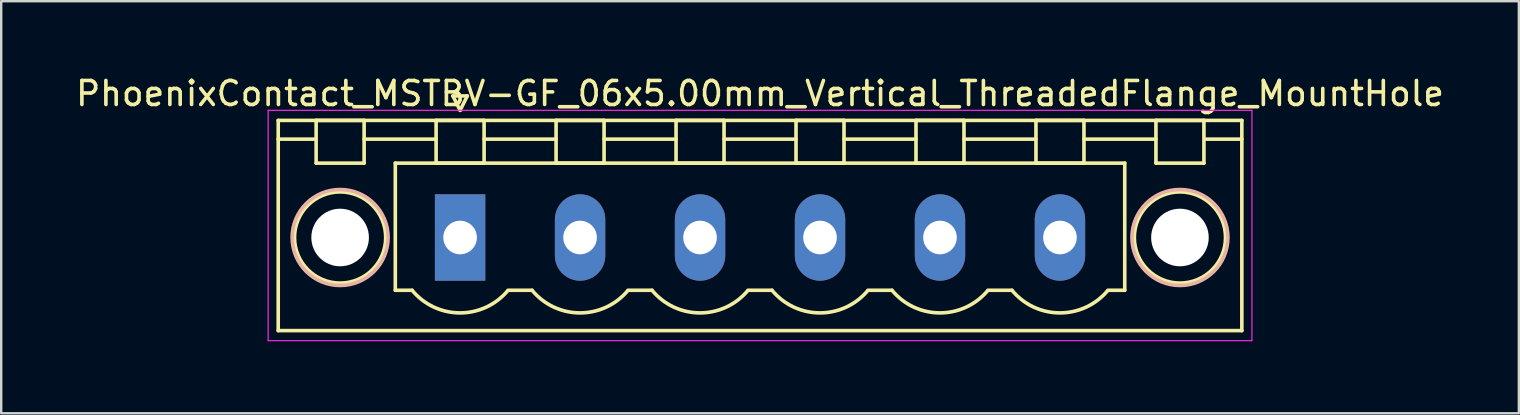
<source format=kicad_pcb>
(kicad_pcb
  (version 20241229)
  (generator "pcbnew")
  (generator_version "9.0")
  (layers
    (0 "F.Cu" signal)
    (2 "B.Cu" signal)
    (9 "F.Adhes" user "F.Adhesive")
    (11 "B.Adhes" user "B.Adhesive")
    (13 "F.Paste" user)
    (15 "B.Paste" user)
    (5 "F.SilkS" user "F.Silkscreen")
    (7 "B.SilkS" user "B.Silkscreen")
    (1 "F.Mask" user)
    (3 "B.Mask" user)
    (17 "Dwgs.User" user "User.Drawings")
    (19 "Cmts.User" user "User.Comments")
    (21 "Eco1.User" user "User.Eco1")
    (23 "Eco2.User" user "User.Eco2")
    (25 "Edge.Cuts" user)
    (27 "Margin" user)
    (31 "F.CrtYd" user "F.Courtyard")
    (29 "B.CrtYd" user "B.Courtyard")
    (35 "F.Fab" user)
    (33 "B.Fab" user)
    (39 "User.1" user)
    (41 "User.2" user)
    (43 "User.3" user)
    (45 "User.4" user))
  (footprint "PhoenixContact_MSTBV-GF_06x5.00mm_Vertical_ThreadedFlange_MountHole"
    (layer "F.Cu")
    (at 16.125 6.848)
    (property "Reference" "PhoenixContact_MSTBV-GF_06x5.00mm_Vertical_ThreadedFlange_MountHole" (at 12.5 -6 0) (layer "F.SilkS") (effects (font (size 1 1) (thickness 0.15))))
    (attr through_hole)
    (fp_line (start -7.58 -4.88) (end -7.58 3.88) (stroke (width 0.15) (type solid)) (layer "F.SilkS"))
    (fp_line (start -7.58 -4.1) (end -6.08 -4.1) (stroke (width 0.15) (type solid)) (layer "F.SilkS"))
    (fp_line (start -7.58 3.88) (end 32.58 3.88) (stroke (width 0.15) (type solid)) (layer "F.SilkS"))
    (fp_line (start -6 -4.88) (end -4 -4.88) (stroke (width 0.15) (type solid)) (layer "F.SilkS"))
    (fp_line (start -6 -3.1) (end -6 -4.88) (stroke (width 0.15) (type solid)) (layer "F.SilkS"))
    (fp_line (start -4 -4.88) (end -4 -3.1) (stroke (width 0.15) (type solid)) (layer "F.SilkS"))
    (fp_line (start -4 -4.1) (end -1 -4.1) (stroke (width 0.15) (type solid)) (layer "F.SilkS"))
    (fp_line (start -4 -3.1) (end -6 -3.1) (stroke (width 0.15) (type solid)) (layer "F.SilkS"))
    (fp_line (start -2.7 -3.1) (end 27.7 -3.1) (stroke (width 0.15) (type solid)) (layer "F.SilkS"))
    (fp_line (start -2.7 2.2) (end -2.7 -3.1) (stroke (width 0.15) (type solid)) (layer "F.SilkS"))
    (fp_line (start -2 2.2) (end -2.7 2.2) (stroke (width 0.15) (type solid)) (layer "F.SilkS"))
    (fp_line (start -1 -4.88) (end 1 -4.88) (stroke (width 0.15) (type solid)) (layer "F.SilkS"))
    (fp_line (start -1 -3.1) (end -1 -4.88) (stroke (width 0.15) (type solid)) (layer "F.SilkS"))
    (fp_line (start -0.3 -5.9) (end 0 -5.3) (stroke (width 0.15) (type solid)) (layer "F.SilkS"))
    (fp_line (start 0 -5.3) (end 0.3 -5.9) (stroke (width 0.15) (type solid)) (layer "F.SilkS"))
    (fp_line (start 0.3 -5.9) (end -0.3 -5.9) (stroke (width 0.15) (type solid)) (layer "F.SilkS"))
    (fp_line (start 1 -4.88) (end 1 -3.1) (stroke (width 0.15) (type solid)) (layer "F.SilkS"))
    (fp_line (start 1 -4.1) (end 4 -4.1) (stroke (width 0.15) (type solid)) (layer "F.SilkS"))
    (fp_line (start 1 -3.1) (end -1 -3.1) (stroke (width 0.15) (type solid)) (layer "F.SilkS"))
    (fp_line (start 2 2.2) (end 3 2.2) (stroke (width 0.15) (type solid)) (layer "F.SilkS"))
    (fp_line (start 4 -4.88) (end 6 -4.88) (stroke (width 0.15) (type solid)) (layer "F.SilkS"))
    (fp_line (start 4 -3.1) (end 4 -4.88) (stroke (width 0.15) (type solid)) (layer "F.SilkS"))
    (fp_line (start 6 -4.88) (end 6 -3.1) (stroke (width 0.15) (type solid)) (layer "F.SilkS"))
    (fp_line (start 6 -4.1) (end 9 -4.1) (stroke (width 0.15) (type solid)) (layer "F.SilkS"))
    (fp_line (start 6 -3.1) (end 4 -3.1) (stroke (width 0.15) (type solid)) (layer "F.SilkS"))
    (fp_line (start 7 2.2) (end 8 2.2) (stroke (width 0.15) (type solid)) (layer "F.SilkS"))
    (fp_line (start 9 -4.88) (end 11 -4.88) (stroke (width 0.15) (type solid)) (layer "F.SilkS"))
    (fp_line (start 9 -3.1) (end 9 -4.88) (stroke (width 0.15) (type solid)) (layer "F.SilkS"))
    (fp_line (start 11 -4.88) (end 11 -3.1) (stroke (width 0.15) (type solid)) (layer "F.SilkS"))
    (fp_line (start 11 -4.1) (end 14 -4.1) (stroke (width 0.15) (type solid)) (layer "F.SilkS"))
    (fp_line (start 11 -3.1) (end 9 -3.1) (stroke (width 0.15) (type solid)) (layer "F.SilkS"))
    (fp_line (start 12 2.2) (end 13 2.2) (stroke (width 0.15) (type solid)) (layer "F.SilkS"))
    (fp_line (start 14 -4.88) (end 16 -4.88) (stroke (width 0.15) (type solid)) (layer "F.SilkS"))
    (fp_line (start 14 -3.1) (end 14 -4.88) (stroke (width 0.15) (type solid)) (layer "F.SilkS"))
    (fp_line (start 16 -4.88) (end 16 -3.1) (stroke (width 0.15) (type solid)) (layer "F.SilkS"))
    (fp_line (start 16 -4.1) (end 19 -4.1) (stroke (width 0.15) (type solid)) (layer "F.SilkS"))
    (fp_line (start 16 -3.1) (end 14 -3.1) (stroke (width 0.15) (type solid)) (layer "F.SilkS"))
    (fp_line (start 17 2.2) (end 18 2.2) (stroke (width 0.15) (type solid)) (layer "F.SilkS"))
    (fp_line (start 19 -4.88) (end 21 -4.88) (stroke (width 0.15) (type solid)) (layer "F.SilkS"))
    (fp_line (start 19 -3.1) (end 19 -4.88) (stroke (width 0.15) (type solid)) (layer "F.SilkS"))
    (fp_line (start 21 -4.88) (end 21 -3.1) (stroke (width 0.15) (type solid)) (layer "F.SilkS"))
    (fp_line (start 21 -4.1) (end 24 -4.1) (stroke (width 0.15) (type solid)) (layer "F.SilkS"))
    (fp_line (start 21 -3.1) (end 19 -3.1) (stroke (width 0.15) (type solid)) (layer "F.SilkS"))
    (fp_line (start 22 2.2) (end 23 2.2) (stroke (width 0.15) (type solid)) (layer "F.SilkS"))
    (fp_line (start 24 -4.88) (end 26 -4.88) (stroke (width 0.15) (type solid)) (layer "F.SilkS"))
    (fp_line (start 24 -3.1) (end 24 -4.88) (stroke (width 0.15) (type solid)) (layer "F.SilkS"))
    (fp_line (start 26 -4.88) (end 26 -3.1) (stroke (width 0.15) (type solid)) (layer "F.SilkS"))
    (fp_line (start 26 -4.1) (end 29 -4.1) (stroke (width 0.15) (type solid)) (layer "F.SilkS"))
    (fp_line (start 26 -3.1) (end 24 -3.1) (stroke (width 0.15) (type solid)) (layer "F.SilkS"))
    (fp_line (start 27.7 -3.1) (end 27.7 2.2) (stroke (width 0.15) (type solid)) (layer "F.SilkS"))
    (fp_line (start 27.7 2.2) (end 27 2.2) (stroke (width 0.15) (type solid)) (layer "F.SilkS"))
    (fp_line (start 29 -4.88) (end 31 -4.88) (stroke (width 0.15) (type solid)) (layer "F.SilkS"))
    (fp_line (start 29 -3.1) (end 29 -4.88) (stroke (width 0.15) (type solid)) (layer "F.SilkS"))
    (fp_line (start 31 -4.88) (end 31 -3.1) (stroke (width 0.15) (type solid)) (layer "F.SilkS"))
    (fp_line (start 31 -3.1) (end 29 -3.1) (stroke (width 0.15) (type solid)) (layer "F.SilkS"))
    (fp_line (start 32.58 -4.88) (end -7.58 -4.88) (stroke (width 0.15) (type solid)) (layer "F.SilkS"))
    (fp_line (start 32.58 -4.1) (end 31.08 -4.1) (stroke (width 0.15) (type solid)) (layer "F.SilkS"))
    (fp_line (start 32.58 3.88) (end 32.58 -4.88) (stroke (width 0.15) (type solid)) (layer "F.SilkS"))
    (fp_arc (start 1.986842 2.215821) (mid -0.010289 3.142758) (end -2 2.2) (stroke (width 0.15) (type solid)) (layer "F.SilkS"))
    (fp_arc (start 6.986842 2.215821) (mid 4.989711 3.142758) (end 3 2.2) (stroke (width 0.15) (type solid)) (layer "F.SilkS"))
    (fp_arc (start 11.986842 2.215821) (mid 9.989711 3.142758) (end 8 2.2) (stroke (width 0.15) (type solid)) (layer "F.SilkS"))
    (fp_arc (start 16.986842 2.215821) (mid 14.989711 3.142758) (end 13 2.2) (stroke (width 0.15) (type solid)) (layer "F.SilkS"))
    (fp_arc (start 21.986842 2.215821) (mid 19.989711 3.142758) (end 18 2.2) (stroke (width 0.15) (type solid)) (layer "F.SilkS"))
    (fp_arc (start 26.986842 2.215821) (mid 24.989711 3.142758) (end 23 2.2) (stroke (width 0.15) (type solid)) (layer "F.SilkS"))
    (fp_circle (center -5 0) (end -3.1 0) (stroke (width 0.15) (type solid)) (fill no) (layer "F.SilkS"))
    (fp_circle (center 30 0) (end 31.9 0) (stroke (width 0.15) (type solid)) (fill no) (layer "F.SilkS"))
    (fp_circle (center -5 0) (end -3 0) (stroke (width 0.15) (type solid)) (fill no) (layer "B.SilkS"))
    (fp_circle (center 30 0) (end 32 0) (stroke (width 0.15) (type solid)) (fill no) (layer "B.SilkS"))
    (fp_line (start -8 -5.3) (end -8 4.3) (stroke (width 0.05) (type solid)) (layer "F.CrtYd"))
    (fp_line (start -8 4.3) (end 33 4.3) (stroke (width 0.05) (type solid)) (layer "F.CrtYd"))
    (fp_line (start 33 -5.3) (end -8 -5.3) (stroke (width 0.05) (type solid)) (layer "F.CrtYd"))
    (fp_line (start 33 4.3) (end 33 -5.3) (stroke (width 0.05) (type solid)) (layer "F.CrtYd"))
    (pad "" np_thru_hole circle (at -5 0) (size 2.4 2.4) (drill 2.4) (layers "*.Cu" "*.Mask"))
    (pad "" np_thru_hole circle (at 30 0) (size 2.4 2.4) (drill 2.4) (layers "*.Cu" "*.Mask"))
    (pad "1" thru_hole rect (at 0 0) (size 2.1 3.6) (drill 1.4) (layers "*.Cu" "*.Mask"))
    (pad "2" thru_hole oval (at 5 0) (size 2.1 3.6) (drill 1.4) (layers "*.Cu" "*.Mask"))
    (pad "3" thru_hole oval (at 10 0) (size 2.1 3.6) (drill 1.4) (layers "*.Cu" "*.Mask"))
    (pad "4" thru_hole oval (at 15 0) (size 2.1 3.6) (drill 1.4) (layers "*.Cu" "*.Mask"))
    (pad "5" thru_hole oval (at 20 0) (size 2.1 3.6) (drill 1.4) (layers "*.Cu" "*.Mask"))
    (pad "6" thru_hole oval (at 25 0) (size 2.1 3.6) (drill 1.4) (layers "*.Cu" "*.Mask")))
  (gr_rect
    (start -3 -3)
    (end 60.25 14.173)
    (stroke (width 0.1) (type default))
    (fill no)
    (layer "Edge.Cuts")))
</source>
